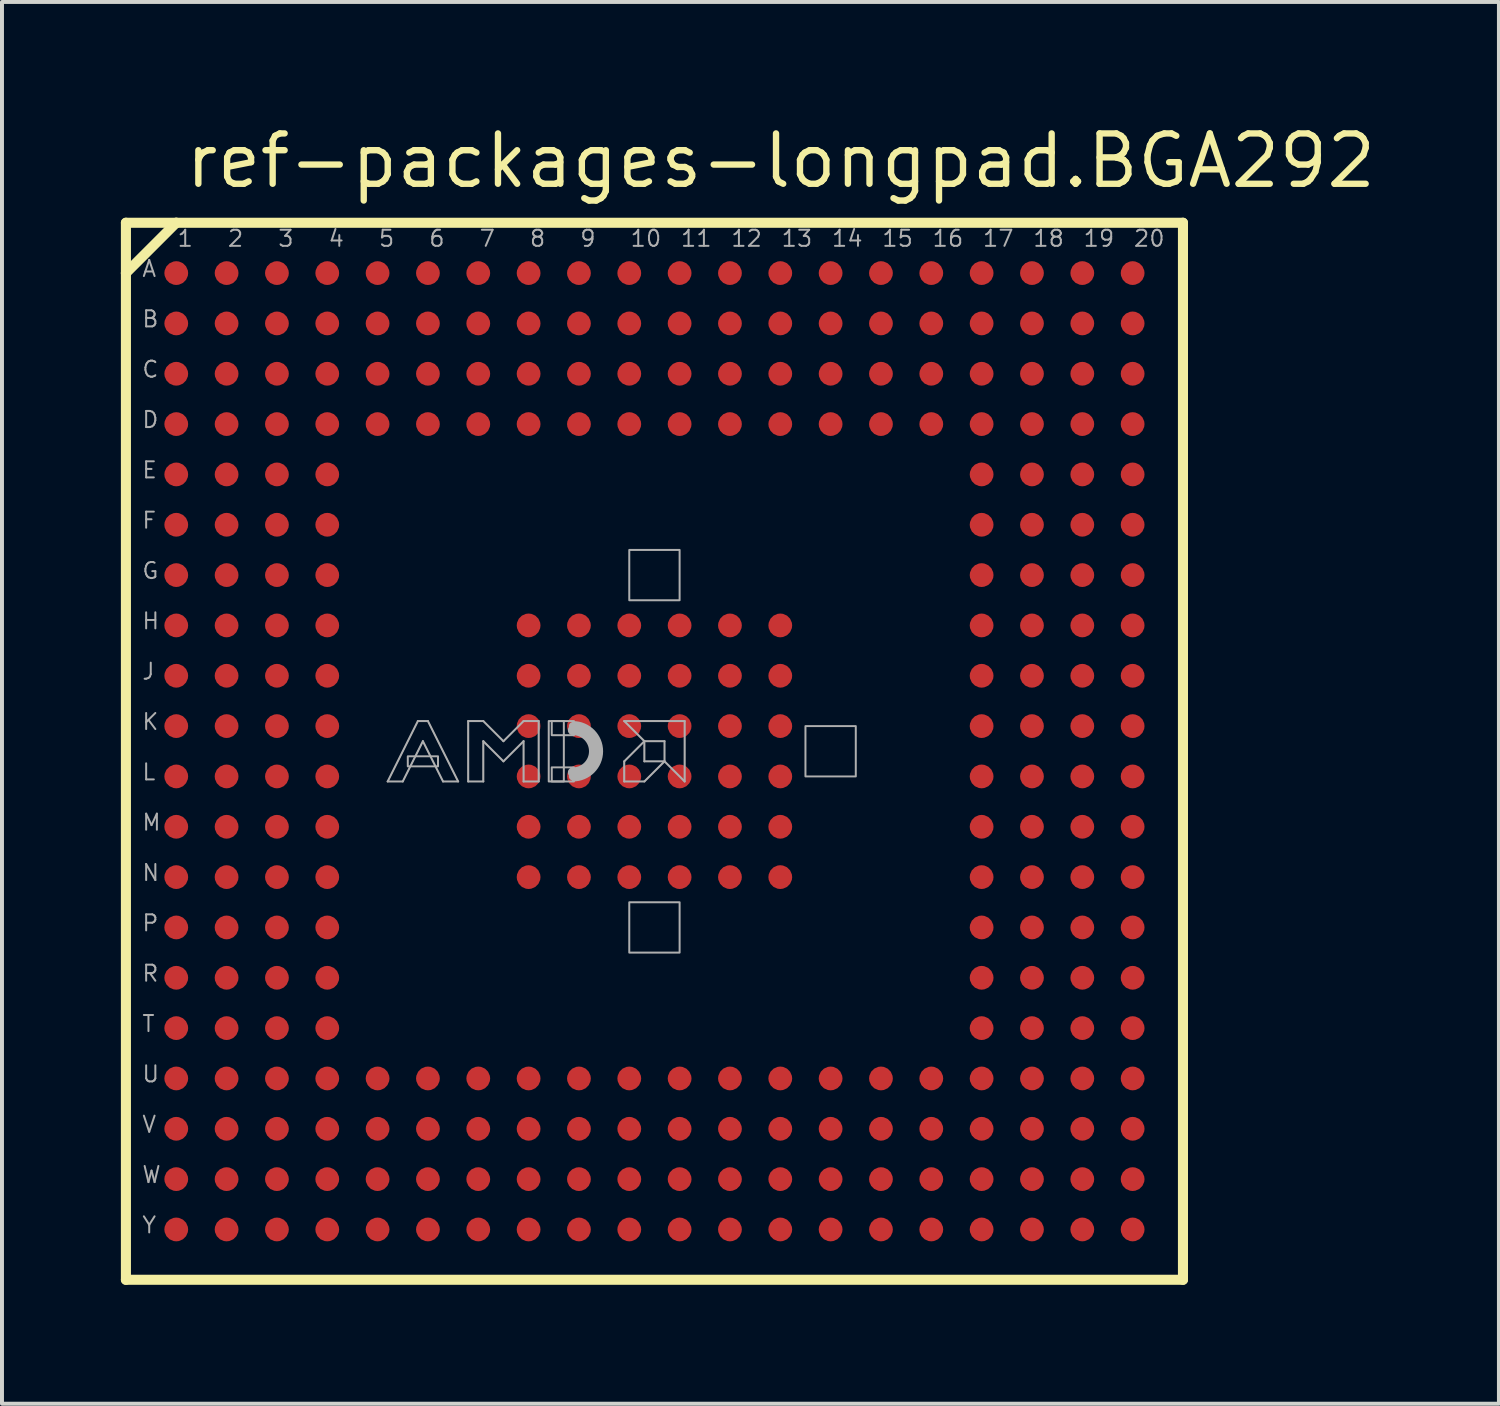
<source format=kicad_pcb>
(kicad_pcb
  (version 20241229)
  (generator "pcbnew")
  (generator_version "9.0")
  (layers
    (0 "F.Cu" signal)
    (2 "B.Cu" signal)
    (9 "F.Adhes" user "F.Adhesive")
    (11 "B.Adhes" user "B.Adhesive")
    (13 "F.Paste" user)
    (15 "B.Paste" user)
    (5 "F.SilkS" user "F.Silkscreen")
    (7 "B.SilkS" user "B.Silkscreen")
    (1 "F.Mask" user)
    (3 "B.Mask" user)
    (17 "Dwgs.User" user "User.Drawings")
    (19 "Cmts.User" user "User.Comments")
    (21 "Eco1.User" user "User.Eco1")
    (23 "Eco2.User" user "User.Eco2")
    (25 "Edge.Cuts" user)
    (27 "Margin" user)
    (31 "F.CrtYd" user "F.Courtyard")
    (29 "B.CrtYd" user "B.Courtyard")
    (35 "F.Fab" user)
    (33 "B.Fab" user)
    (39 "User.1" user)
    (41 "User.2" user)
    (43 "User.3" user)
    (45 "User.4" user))
  (footprint "ref-packages-longpad.BGA292"
    (layer "F.Cu")
    (at 13.462 15.905)
    (property "Reference" "ref-packages-longpad.BGA292" (at -11.915 -14.155 0) (layer "F.SilkS") (effects (font (size 1.27 1.27) (thickness 0.16)) (justify left bottom)))
    (attr smd)
    (fp_line (start -13.335 -13.335) (end -12.065 -13.335) (stroke (width 0.254) (type default)) (layer "F.SilkS"))
    (fp_line (start -13.335 -12.065) (end -13.335 -13.335) (stroke (width 0.254) (type default)) (layer "F.SilkS"))
    (fp_line (start -13.335 13.335) (end -13.335 -12.065) (stroke (width 0.254) (type default)) (layer "F.SilkS"))
    (fp_line (start -12.065 -13.335) (end -13.335 -12.065) (stroke (width 0.254) (type default)) (layer "F.SilkS"))
    (fp_line (start -12.065 -13.335) (end 13.335 -13.335) (stroke (width 0.254) (type default)) (layer "F.SilkS"))
    (fp_line (start 13.335 -13.335) (end 13.335 13.335) (stroke (width 0.254) (type default)) (layer "F.SilkS"))
    (fp_line (start 13.335 13.335) (end -13.335 13.335) (stroke (width 0.254) (type default)) (layer "F.SilkS"))
    (fp_line (start -6.731 0.762) (end -5.969 -0.762) (stroke (width 0.051) (type default)) (layer "F.Fab"))
    (fp_line (start -6.35 0.762) (end -6.731 0.762) (stroke (width 0.051) (type default)) (layer "F.Fab"))
    (fp_line (start -5.969 -0.762) (end -5.715 -0.762) (stroke (width 0.051) (type default)) (layer "F.Fab"))
    (fp_line (start -5.842 -0.254) (end -6.35 0.762) (stroke (width 0.051) (type default)) (layer "F.Fab"))
    (fp_line (start -5.715 -0.762) (end -4.953 0.762) (stroke (width 0.051) (type default)) (layer "F.Fab"))
    (fp_line (start -5.334 0.762) (end -5.842 -0.254) (stroke (width 0.051) (type default)) (layer "F.Fab"))
    (fp_line (start -4.953 0.762) (end -5.334 0.762) (stroke (width 0.051) (type default)) (layer "F.Fab"))
    (fp_line (start -4.699 -0.762) (end -4.318 -0.762) (stroke (width 0.051) (type default)) (layer "F.Fab"))
    (fp_line (start -4.699 0.762) (end -4.699 -0.762) (stroke (width 0.051) (type default)) (layer "F.Fab"))
    (fp_line (start -4.318 -0.762) (end -3.81 -0.254) (stroke (width 0.051) (type default)) (layer "F.Fab"))
    (fp_line (start -4.318 -0.254) (end -4.318 0.762) (stroke (width 0.051) (type default)) (layer "F.Fab"))
    (fp_line (start -4.318 0.762) (end -4.699 0.762) (stroke (width 0.051) (type default)) (layer "F.Fab"))
    (fp_line (start -3.81 -0.254) (end -3.302 -0.762) (stroke (width 0.051) (type default)) (layer "F.Fab"))
    (fp_line (start -3.81 0.254) (end -4.318 -0.254) (stroke (width 0.051) (type default)) (layer "F.Fab"))
    (fp_line (start -3.302 -0.762) (end -2.921 -0.762) (stroke (width 0.051) (type default)) (layer "F.Fab"))
    (fp_line (start -3.302 -0.254) (end -3.81 0.254) (stroke (width 0.051) (type default)) (layer "F.Fab"))
    (fp_line (start -3.302 0.762) (end -3.302 -0.254) (stroke (width 0.051) (type default)) (layer "F.Fab"))
    (fp_line (start -2.921 -0.762) (end -2.921 0.762) (stroke (width 0.051) (type default)) (layer "F.Fab"))
    (fp_line (start -2.921 0.762) (end -3.302 0.762) (stroke (width 0.051) (type default)) (layer "F.Fab"))
    (fp_line (start -0.762 -0.762) (end 0.762 -0.762) (stroke (width 0.051) (type default)) (layer "F.Fab"))
    (fp_line (start -0.762 0.254) (end -0.762 0.762) (stroke (width 0.051) (type default)) (layer "F.Fab"))
    (fp_line (start -0.762 0.762) (end -0.254 0.762) (stroke (width 0.051) (type default)) (layer "F.Fab"))
    (fp_line (start -0.254 -0.254) (end -0.762 -0.762) (stroke (width 0.051) (type default)) (layer "F.Fab"))
    (fp_line (start -0.254 -0.254) (end -0.762 0.254) (stroke (width 0.051) (type default)) (layer "F.Fab"))
    (fp_line (start -0.254 0.254) (end -0.254 -0.254) (stroke (width 0.051) (type default)) (layer "F.Fab"))
    (fp_line (start -0.254 0.762) (end 0.254 0.254) (stroke (width 0.051) (type default)) (layer "F.Fab"))
    (fp_line (start 0.254 -0.254) (end -0.254 -0.254) (stroke (width 0.051) (type default)) (layer "F.Fab"))
    (fp_line (start 0.254 0.254) (end -0.254 0.254) (stroke (width 0.051) (type default)) (layer "F.Fab"))
    (fp_line (start 0.254 0.254) (end 0.254 -0.254) (stroke (width 0.051) (type default)) (layer "F.Fab"))
    (fp_line (start 0.762 -0.762) (end 0.762 0.762) (stroke (width 0.051) (type default)) (layer "F.Fab"))
    (fp_line (start 0.762 0.762) (end 0.254 0.254) (stroke (width 0.051) (type default)) (layer "F.Fab"))
    (fp_rect (start -6.223 0.381) (end -5.461 0.127) (stroke (width 0.05) (type default)) (fill no) (layer "F.Fab"))
    (fp_rect (start -2.667 0.762) (end -2.286 -0.762) (stroke (width 0.05) (type default)) (fill no) (layer "F.Fab"))
    (fp_rect (start -2.591 -0.406) (end -2.032 -0.762) (stroke (width 0.05) (type default)) (fill no) (layer "F.Fab"))
    (fp_rect (start -2.591 0.762) (end -2.032 0.406) (stroke (width 0.05) (type default)) (fill no) (layer "F.Fab"))
    (fp_rect (start -0.635 -3.81) (end 0.635 -5.08) (stroke (width 0.05) (type default)) (fill no) (layer "F.Fab"))
    (fp_rect (start -0.635 5.08) (end 0.635 3.81) (stroke (width 0.05) (type default)) (fill no) (layer "F.Fab"))
    (fp_rect (start 3.81 0.635) (end 5.08 -0.635) (stroke (width 0.05) (type default)) (fill no) (layer "F.Fab"))
    (fp_arc (start -2.0574 -0.7366) (mid -1.3208 0) (end -2.0574 0.7366) (stroke (width 0.0508) (type default)) (layer "F.Fab"))
    (fp_arc (start -2.0574 -0.635) (mid -1.4224 0) (end -2.0574 0.635) (stroke (width 0.2032) (type default)) (layer "F.Fab"))
    (fp_arc (start -2.0574 -0.5334) (mid -1.524 0) (end -2.0574 0.5334) (stroke (width 0.254) (type default)) (layer "F.Fab"))
    (fp_poly (pts (xy -0.762 -0.762) (xy 0.762 -0.762) (xy 0.762 0.762) (xy 0.254 0.254) (xy 0.254 -0.254) (xy -0.254 -0.254)) (stroke (width 0.025) (type default)) (fill no) (layer "F.Fab"))
    (fp_poly (pts (xy -0.254 -0.254) (xy -0.762 0.254) (xy -0.762 0.762) (xy -0.254 0.762) (xy 0.254 0.254) (xy -0.254 0.254)) (stroke (width 0.025) (type default)) (fill no) (layer "F.Fab"))
    (fp_poly (pts (xy -6.731 0.762) (xy -5.969 -0.762) (xy -5.715 -0.762) (xy -4.953 0.762) (xy -5.334 0.762) (xy -5.842 -0.254) (xy -6.35 0.762)) (stroke (width 0.025) (type default)) (fill no) (layer "F.Fab"))
    (fp_poly (pts (xy -4.699 0.762) (xy -4.699 -0.762) (xy -4.318 -0.762) (xy -3.81 -0.254) (xy -3.302 -0.762) (xy -2.921 -0.762) (xy -2.921 0.762) (xy -3.302 0.762) (xy -3.302 -0.254) (xy -3.81 0.254) (xy -4.318 -0.254) (xy -4.318 0.762)) (stroke (width 0.025) (type default)) (fill no) (layer "F.Fab"))
    (fp_text user "3" (at -9.525 -12.7 0) (layer "F.Fab") (effects (font (size 0.406 0.406) (thickness 0.05)) (justify left bottom)))
    (fp_text user "1" (at -12.065 -12.7 0) (layer "F.Fab") (effects (font (size 0.406 0.406) (thickness 0.05)) (justify left bottom)))
    (fp_text user "Y" (at -12.954 12.192 0) (layer "F.Fab") (effects (font (size 0.406 0.406) (thickness 0.05)) (justify left bottom)))
    (fp_text user "H" (at -12.954 -3.048 0) (layer "F.Fab") (effects (font (size 0.406 0.406) (thickness 0.05)) (justify left bottom)))
    (fp_text user "7" (at -4.445 -12.7 0) (layer "F.Fab") (effects (font (size 0.406 0.406) (thickness 0.05)) (justify left bottom)))
    (fp_text user "J" (at -12.954 -1.778 0) (layer "F.Fab") (effects (font (size 0.406 0.406) (thickness 0.05)) (justify left bottom)))
    (fp_text user "L" (at -12.954 0.762 0) (layer "F.Fab") (effects (font (size 0.406 0.406) (thickness 0.05)) (justify left bottom)))
    (fp_text user "A" (at -12.954 -11.938 0) (layer "F.Fab") (effects (font (size 0.406 0.406) (thickness 0.05)) (justify left bottom)))
    (fp_text user "G" (at -12.954 -4.318 0) (layer "F.Fab") (effects (font (size 0.406 0.406) (thickness 0.05)) (justify left bottom)))
    (fp_text user "10" (at -0.635 -12.7 0) (layer "F.Fab") (effects (font (size 0.406 0.406) (thickness 0.05)) (justify left bottom)))
    (fp_text user "2" (at -10.795 -12.7 0) (layer "F.Fab") (effects (font (size 0.406 0.406) (thickness 0.05)) (justify left bottom)))
    (fp_text user "9" (at -1.905 -12.7 0) (layer "F.Fab") (effects (font (size 0.406 0.406) (thickness 0.05)) (justify left bottom)))
    (fp_text user "13" (at 3.175 -12.7 0) (layer "F.Fab") (effects (font (size 0.406 0.406) (thickness 0.05)) (justify left bottom)))
    (fp_text user "16" (at 6.985 -12.7 0) (layer "F.Fab") (effects (font (size 0.406 0.406) (thickness 0.05)) (justify left bottom)))
    (fp_text user "K" (at -12.954 -0.508 0) (layer "F.Fab") (effects (font (size 0.406 0.406) (thickness 0.05)) (justify left bottom)))
    (fp_text user "19" (at 10.795 -12.7 0) (layer "F.Fab") (effects (font (size 0.406 0.406) (thickness 0.05)) (justify left bottom)))
    (fp_text user "8" (at -3.175 -12.7 0) (layer "F.Fab") (effects (font (size 0.406 0.406) (thickness 0.05)) (justify left bottom)))
    (fp_text user "U" (at -12.954 8.382 0) (layer "F.Fab") (effects (font (size 0.406 0.406) (thickness 0.05)) (justify left bottom)))
    (fp_text user "M" (at -12.954 2.032 0) (layer "F.Fab") (effects (font (size 0.406 0.406) (thickness 0.05)) (justify left bottom)))
    (fp_text user "N" (at -12.954 3.302 0) (layer "F.Fab") (effects (font (size 0.406 0.406) (thickness 0.05)) (justify left bottom)))
    (fp_text user "5" (at -6.985 -12.7 0) (layer "F.Fab") (effects (font (size 0.406 0.406) (thickness 0.05)) (justify left bottom)))
    (fp_text user "12" (at 1.905 -12.7 0) (layer "F.Fab") (effects (font (size 0.406 0.406) (thickness 0.05)) (justify left bottom)))
    (fp_text user "F" (at -12.954 -5.588 0) (layer "F.Fab") (effects (font (size 0.406 0.406) (thickness 0.05)) (justify left bottom)))
    (fp_text user "W" (at -12.954 10.922 0) (layer "F.Fab") (effects (font (size 0.406 0.406) (thickness 0.05)) (justify left bottom)))
    (fp_text user "P" (at -12.954 4.572 0) (layer "F.Fab") (effects (font (size 0.406 0.406) (thickness 0.05)) (justify left bottom)))
    (fp_text user "17" (at 8.255 -12.7 0) (layer "F.Fab") (effects (font (size 0.406 0.406) (thickness 0.05)) (justify left bottom)))
    (fp_text user "V" (at -12.954 9.652 0) (layer "F.Fab") (effects (font (size 0.406 0.406) (thickness 0.05)) (justify left bottom)))
    (fp_text user "B" (at -12.954 -10.668 0) (layer "F.Fab") (effects (font (size 0.406 0.406) (thickness 0.05)) (justify left bottom)))
    (fp_text user "C" (at -12.954 -9.398 0) (layer "F.Fab") (effects (font (size 0.406 0.406) (thickness 0.05)) (justify left bottom)))
    (fp_text user "T" (at -12.954 7.112 0) (layer "F.Fab") (effects (font (size 0.406 0.406) (thickness 0.05)) (justify left bottom)))
    (fp_text user "20" (at 12.065 -12.7 0) (layer "F.Fab") (effects (font (size 0.406 0.406) (thickness 0.05)) (justify left bottom)))
    (fp_text user "D" (at -12.954 -8.128 0) (layer "F.Fab") (effects (font (size 0.406 0.406) (thickness 0.05)) (justify left bottom)))
    (fp_text user "6" (at -5.715 -12.7 0) (layer "F.Fab") (effects (font (size 0.406 0.406) (thickness 0.05)) (justify left bottom)))
    (fp_text user "11" (at 0.635 -12.7 0) (layer "F.Fab") (effects (font (size 0.406 0.406) (thickness 0.05)) (justify left bottom)))
    (fp_text user "15" (at 5.715 -12.7 0) (layer "F.Fab") (effects (font (size 0.406 0.406) (thickness 0.05)) (justify left bottom)))
    (fp_text user "14" (at 4.445 -12.7 0) (layer "F.Fab") (effects (font (size 0.406 0.406) (thickness 0.05)) (justify left bottom)))
    (fp_text user "R" (at -12.954 5.842 0) (layer "F.Fab") (effects (font (size 0.406 0.406) (thickness 0.05)) (justify left bottom)))
    (fp_text user "4" (at -8.255 -12.7 0) (layer "F.Fab") (effects (font (size 0.406 0.406) (thickness 0.05)) (justify left bottom)))
    (fp_text user "E" (at -12.954 -6.858 0) (layer "F.Fab") (effects (font (size 0.406 0.406) (thickness 0.05)) (justify left bottom)))
    (fp_text user "18" (at 9.525 -12.7 0) (layer "F.Fab") (effects (font (size 0.406 0.406) (thickness 0.05)) (justify left bottom)))
    (pad "A01" smd roundrect (at -12.065 -12.065) (size 0.6 0.6) (layers "F.Cu" "F.Mask" "F.Paste") (roundrect_rratio 0.5))
    (pad "A02" smd roundrect (at -10.795 -12.065) (size 0.6 0.6) (layers "F.Cu" "F.Mask" "F.Paste") (roundrect_rratio 0.5))
    (pad "A03" smd roundrect (at -9.525 -12.065) (size 0.6 0.6) (layers "F.Cu" "F.Mask" "F.Paste") (roundrect_rratio 0.5))
    (pad "A04" smd roundrect (at -8.255 -12.065) (size 0.6 0.6) (layers "F.Cu" "F.Mask" "F.Paste") (roundrect_rratio 0.5))
    (pad "A05" smd roundrect (at -6.985 -12.065) (size 0.6 0.6) (layers "F.Cu" "F.Mask" "F.Paste") (roundrect_rratio 0.5))
    (pad "A06" smd roundrect (at -5.715 -12.065) (size 0.6 0.6) (layers "F.Cu" "F.Mask" "F.Paste") (roundrect_rratio 0.5))
    (pad "A07" smd roundrect (at -4.445 -12.065) (size 0.6 0.6) (layers "F.Cu" "F.Mask" "F.Paste") (roundrect_rratio 0.5))
    (pad "A08" smd roundrect (at -3.175 -12.065) (size 0.6 0.6) (layers "F.Cu" "F.Mask" "F.Paste") (roundrect_rratio 0.5))
    (pad "A09" smd roundrect (at -1.905 -12.065) (size 0.6 0.6) (layers "F.Cu" "F.Mask" "F.Paste") (roundrect_rratio 0.5))
    (pad "A10" smd roundrect (at -0.635 -12.065) (size 0.6 0.6) (layers "F.Cu" "F.Mask" "F.Paste") (roundrect_rratio 0.5))
    (pad "A11" smd roundrect (at 0.635 -12.065) (size 0.6 0.6) (layers "F.Cu" "F.Mask" "F.Paste") (roundrect_rratio 0.5))
    (pad "A12" smd roundrect (at 1.905 -12.065) (size 0.6 0.6) (layers "F.Cu" "F.Mask" "F.Paste") (roundrect_rratio 0.5))
    (pad "A13" smd roundrect (at 3.175 -12.065) (size 0.6 0.6) (layers "F.Cu" "F.Mask" "F.Paste") (roundrect_rratio 0.5))
    (pad "A14" smd roundrect (at 4.445 -12.065) (size 0.6 0.6) (layers "F.Cu" "F.Mask" "F.Paste") (roundrect_rratio 0.5))
    (pad "A15" smd roundrect (at 5.715 -12.065) (size 0.6 0.6) (layers "F.Cu" "F.Mask" "F.Paste") (roundrect_rratio 0.5))
    (pad "A16" smd roundrect (at 6.985 -12.065) (size 0.6 0.6) (layers "F.Cu" "F.Mask" "F.Paste") (roundrect_rratio 0.5))
    (pad "A17" smd roundrect (at 8.255 -12.065) (size 0.6 0.6) (layers "F.Cu" "F.Mask" "F.Paste") (roundrect_rratio 0.5))
    (pad "A18" smd roundrect (at 9.525 -12.065) (size 0.6 0.6) (layers "F.Cu" "F.Mask" "F.Paste") (roundrect_rratio 0.5))
    (pad "A19" smd roundrect (at 10.795 -12.065) (size 0.6 0.6) (layers "F.Cu" "F.Mask" "F.Paste") (roundrect_rratio 0.5))
    (pad "A20" smd roundrect (at 12.065 -12.065) (size 0.6 0.6) (layers "F.Cu" "F.Mask" "F.Paste") (roundrect_rratio 0.5))
    (pad "B01" smd roundrect (at -12.065 -10.795) (size 0.6 0.6) (layers "F.Cu" "F.Mask" "F.Paste") (roundrect_rratio 0.5))
    (pad "B02" smd roundrect (at -10.795 -10.795) (size 0.6 0.6) (layers "F.Cu" "F.Mask" "F.Paste") (roundrect_rratio 0.5))
    (pad "B03" smd roundrect (at -9.525 -10.795) (size 0.6 0.6) (layers "F.Cu" "F.Mask" "F.Paste") (roundrect_rratio 0.5))
    (pad "B04" smd roundrect (at -8.255 -10.795) (size 0.6 0.6) (layers "F.Cu" "F.Mask" "F.Paste") (roundrect_rratio 0.5))
    (pad "B05" smd roundrect (at -6.985 -10.795) (size 0.6 0.6) (layers "F.Cu" "F.Mask" "F.Paste") (roundrect_rratio 0.5))
    (pad "B06" smd roundrect (at -5.715 -10.795) (size 0.6 0.6) (layers "F.Cu" "F.Mask" "F.Paste") (roundrect_rratio 0.5))
    (pad "B07" smd roundrect (at -4.445 -10.795) (size 0.6 0.6) (layers "F.Cu" "F.Mask" "F.Paste") (roundrect_rratio 0.5))
    (pad "B08" smd roundrect (at -3.175 -10.795) (size 0.6 0.6) (layers "F.Cu" "F.Mask" "F.Paste") (roundrect_rratio 0.5))
    (pad "B09" smd roundrect (at -1.905 -10.795) (size 0.6 0.6) (layers "F.Cu" "F.Mask" "F.Paste") (roundrect_rratio 0.5))
    (pad "B10" smd roundrect (at -0.635 -10.795) (size 0.6 0.6) (layers "F.Cu" "F.Mask" "F.Paste") (roundrect_rratio 0.5))
    (pad "B11" smd roundrect (at 0.635 -10.795) (size 0.6 0.6) (layers "F.Cu" "F.Mask" "F.Paste") (roundrect_rratio 0.5))
    (pad "B12" smd roundrect (at 1.905 -10.795) (size 0.6 0.6) (layers "F.Cu" "F.Mask" "F.Paste") (roundrect_rratio 0.5))
    (pad "B13" smd roundrect (at 3.175 -10.795) (size 0.6 0.6) (layers "F.Cu" "F.Mask" "F.Paste") (roundrect_rratio 0.5))
    (pad "B14" smd roundrect (at 4.445 -10.795) (size 0.6 0.6) (layers "F.Cu" "F.Mask" "F.Paste") (roundrect_rratio 0.5))
    (pad "B15" smd roundrect (at 5.715 -10.795) (size 0.6 0.6) (layers "F.Cu" "F.Mask" "F.Paste") (roundrect_rratio 0.5))
    (pad "B16" smd roundrect (at 6.985 -10.795) (size 0.6 0.6) (layers "F.Cu" "F.Mask" "F.Paste") (roundrect_rratio 0.5))
    (pad "B17" smd roundrect (at 8.255 -10.795) (size 0.6 0.6) (layers "F.Cu" "F.Mask" "F.Paste") (roundrect_rratio 0.5))
    (pad "B18" smd roundrect (at 9.525 -10.795) (size 0.6 0.6) (layers "F.Cu" "F.Mask" "F.Paste") (roundrect_rratio 0.5))
    (pad "B19" smd roundrect (at 10.795 -10.795) (size 0.6 0.6) (layers "F.Cu" "F.Mask" "F.Paste") (roundrect_rratio 0.5))
    (pad "B20" smd roundrect (at 12.065 -10.795) (size 0.6 0.6) (layers "F.Cu" "F.Mask" "F.Paste") (roundrect_rratio 0.5))
    (pad "C01" smd roundrect (at -12.065 -9.525) (size 0.6 0.6) (layers "F.Cu" "F.Mask" "F.Paste") (roundrect_rratio 0.5))
    (pad "C02" smd roundrect (at -10.795 -9.525) (size 0.6 0.6) (layers "F.Cu" "F.Mask" "F.Paste") (roundrect_rratio 0.5))
    (pad "C03" smd roundrect (at -9.525 -9.525) (size 0.6 0.6) (layers "F.Cu" "F.Mask" "F.Paste") (roundrect_rratio 0.5))
    (pad "C04" smd roundrect (at -8.255 -9.525) (size 0.6 0.6) (layers "F.Cu" "F.Mask" "F.Paste") (roundrect_rratio 0.5))
    (pad "C05" smd roundrect (at -6.985 -9.525) (size 0.6 0.6) (layers "F.Cu" "F.Mask" "F.Paste") (roundrect_rratio 0.5))
    (pad "C06" smd roundrect (at -5.715 -9.525) (size 0.6 0.6) (layers "F.Cu" "F.Mask" "F.Paste") (roundrect_rratio 0.5))
    (pad "C07" smd roundrect (at -4.445 -9.525) (size 0.6 0.6) (layers "F.Cu" "F.Mask" "F.Paste") (roundrect_rratio 0.5))
    (pad "C08" smd roundrect (at -3.175 -9.525) (size 0.6 0.6) (layers "F.Cu" "F.Mask" "F.Paste") (roundrect_rratio 0.5))
    (pad "C09" smd roundrect (at -1.905 -9.525) (size 0.6 0.6) (layers "F.Cu" "F.Mask" "F.Paste") (roundrect_rratio 0.5))
    (pad "C10" smd roundrect (at -0.635 -9.525) (size 0.6 0.6) (layers "F.Cu" "F.Mask" "F.Paste") (roundrect_rratio 0.5))
    (pad "C11" smd roundrect (at 0.635 -9.525) (size 0.6 0.6) (layers "F.Cu" "F.Mask" "F.Paste") (roundrect_rratio 0.5))
    (pad "C12" smd roundrect (at 1.905 -9.525) (size 0.6 0.6) (layers "F.Cu" "F.Mask" "F.Paste") (roundrect_rratio 0.5))
    (pad "C13" smd roundrect (at 3.175 -9.525) (size 0.6 0.6) (layers "F.Cu" "F.Mask" "F.Paste") (roundrect_rratio 0.5))
    (pad "C14" smd roundrect (at 4.445 -9.525) (size 0.6 0.6) (layers "F.Cu" "F.Mask" "F.Paste") (roundrect_rratio 0.5))
    (pad "C15" smd roundrect (at 5.715 -9.525) (size 0.6 0.6) (layers "F.Cu" "F.Mask" "F.Paste") (roundrect_rratio 0.5))
    (pad "C16" smd roundrect (at 6.985 -9.525) (size 0.6 0.6) (layers "F.Cu" "F.Mask" "F.Paste") (roundrect_rratio 0.5))
    (pad "C17" smd roundrect (at 8.255 -9.525) (size 0.6 0.6) (layers "F.Cu" "F.Mask" "F.Paste") (roundrect_rratio 0.5))
    (pad "C18" smd roundrect (at 9.525 -9.525) (size 0.6 0.6) (layers "F.Cu" "F.Mask" "F.Paste") (roundrect_rratio 0.5))
    (pad "C19" smd roundrect (at 10.795 -9.525) (size 0.6 0.6) (layers "F.Cu" "F.Mask" "F.Paste") (roundrect_rratio 0.5))
    (pad "C20" smd roundrect (at 12.065 -9.525) (size 0.6 0.6) (layers "F.Cu" "F.Mask" "F.Paste") (roundrect_rratio 0.5))
    (pad "D01" smd roundrect (at -12.065 -8.255) (size 0.6 0.6) (layers "F.Cu" "F.Mask" "F.Paste") (roundrect_rratio 0.5))
    (pad "D02" smd roundrect (at -10.795 -8.255) (size 0.6 0.6) (layers "F.Cu" "F.Mask" "F.Paste") (roundrect_rratio 0.5))
    (pad "D03" smd roundrect (at -9.525 -8.255) (size 0.6 0.6) (layers "F.Cu" "F.Mask" "F.Paste") (roundrect_rratio 0.5))
    (pad "D04" smd roundrect (at -8.255 -8.255) (size 0.6 0.6) (layers "F.Cu" "F.Mask" "F.Paste") (roundrect_rratio 0.5))
    (pad "D05" smd roundrect (at -6.985 -8.255) (size 0.6 0.6) (layers "F.Cu" "F.Mask" "F.Paste") (roundrect_rratio 0.5))
    (pad "D06" smd roundrect (at -5.715 -8.255) (size 0.6 0.6) (layers "F.Cu" "F.Mask" "F.Paste") (roundrect_rratio 0.5))
    (pad "D07" smd roundrect (at -4.445 -8.255) (size 0.6 0.6) (layers "F.Cu" "F.Mask" "F.Paste") (roundrect_rratio 0.5))
    (pad "D08" smd roundrect (at -3.175 -8.255) (size 0.6 0.6) (layers "F.Cu" "F.Mask" "F.Paste") (roundrect_rratio 0.5))
    (pad "D09" smd roundrect (at -1.905 -8.255) (size 0.6 0.6) (layers "F.Cu" "F.Mask" "F.Paste") (roundrect_rratio 0.5))
    (pad "D10" smd roundrect (at -0.635 -8.255) (size 0.6 0.6) (layers "F.Cu" "F.Mask" "F.Paste") (roundrect_rratio 0.5))
    (pad "D11" smd roundrect (at 0.635 -8.255) (size 0.6 0.6) (layers "F.Cu" "F.Mask" "F.Paste") (roundrect_rratio 0.5))
    (pad "D12" smd roundrect (at 1.905 -8.255) (size 0.6 0.6) (layers "F.Cu" "F.Mask" "F.Paste") (roundrect_rratio 0.5))
    (pad "D13" smd roundrect (at 3.175 -8.255) (size 0.6 0.6) (layers "F.Cu" "F.Mask" "F.Paste") (roundrect_rratio 0.5))
    (pad "D14" smd roundrect (at 4.445 -8.255) (size 0.6 0.6) (layers "F.Cu" "F.Mask" "F.Paste") (roundrect_rratio 0.5))
    (pad "D15" smd roundrect (at 5.715 -8.255) (size 0.6 0.6) (layers "F.Cu" "F.Mask" "F.Paste") (roundrect_rratio 0.5))
    (pad "D16" smd roundrect (at 6.985 -8.255) (size 0.6 0.6) (layers "F.Cu" "F.Mask" "F.Paste") (roundrect_rratio 0.5))
    (pad "D17" smd roundrect (at 8.255 -8.255) (size 0.6 0.6) (layers "F.Cu" "F.Mask" "F.Paste") (roundrect_rratio 0.5))
    (pad "D18" smd roundrect (at 9.525 -8.255) (size 0.6 0.6) (layers "F.Cu" "F.Mask" "F.Paste") (roundrect_rratio 0.5))
    (pad "D19" smd roundrect (at 10.795 -8.255) (size 0.6 0.6) (layers "F.Cu" "F.Mask" "F.Paste") (roundrect_rratio 0.5))
    (pad "D20" smd roundrect (at 12.065 -8.255) (size 0.6 0.6) (layers "F.Cu" "F.Mask" "F.Paste") (roundrect_rratio 0.5))
    (pad "E01" smd roundrect (at -12.065 -6.985) (size 0.6 0.6) (layers "F.Cu" "F.Mask" "F.Paste") (roundrect_rratio 0.5))
    (pad "E02" smd roundrect (at -10.795 -6.985) (size 0.6 0.6) (layers "F.Cu" "F.Mask" "F.Paste") (roundrect_rratio 0.5))
    (pad "E03" smd roundrect (at -9.525 -6.985) (size 0.6 0.6) (layers "F.Cu" "F.Mask" "F.Paste") (roundrect_rratio 0.5))
    (pad "E04" smd roundrect (at -8.255 -6.985) (size 0.6 0.6) (layers "F.Cu" "F.Mask" "F.Paste") (roundrect_rratio 0.5))
    (pad "E17" smd roundrect (at 8.255 -6.985) (size 0.6 0.6) (layers "F.Cu" "F.Mask" "F.Paste") (roundrect_rratio 0.5))
    (pad "E18" smd roundrect (at 9.525 -6.985) (size 0.6 0.6) (layers "F.Cu" "F.Mask" "F.Paste") (roundrect_rratio 0.5))
    (pad "E19" smd roundrect (at 10.795 -6.985) (size 0.6 0.6) (layers "F.Cu" "F.Mask" "F.Paste") (roundrect_rratio 0.5))
    (pad "E20" smd roundrect (at 12.065 -6.985) (size 0.6 0.6) (layers "F.Cu" "F.Mask" "F.Paste") (roundrect_rratio 0.5))
    (pad "F01" smd roundrect (at -12.065 -5.715) (size 0.6 0.6) (layers "F.Cu" "F.Mask" "F.Paste") (roundrect_rratio 0.5))
    (pad "F02" smd roundrect (at -10.795 -5.715) (size 0.6 0.6) (layers "F.Cu" "F.Mask" "F.Paste") (roundrect_rratio 0.5))
    (pad "F03" smd roundrect (at -9.525 -5.715) (size 0.6 0.6) (layers "F.Cu" "F.Mask" "F.Paste") (roundrect_rratio 0.5))
    (pad "F04" smd roundrect (at -8.255 -5.715) (size 0.6 0.6) (layers "F.Cu" "F.Mask" "F.Paste") (roundrect_rratio 0.5))
    (pad "F17" smd roundrect (at 8.255 -5.715) (size 0.6 0.6) (layers "F.Cu" "F.Mask" "F.Paste") (roundrect_rratio 0.5))
    (pad "F18" smd roundrect (at 9.525 -5.715) (size 0.6 0.6) (layers "F.Cu" "F.Mask" "F.Paste") (roundrect_rratio 0.5))
    (pad "F19" smd roundrect (at 10.795 -5.715) (size 0.6 0.6) (layers "F.Cu" "F.Mask" "F.Paste") (roundrect_rratio 0.5))
    (pad "F20" smd roundrect (at 12.065 -5.715) (size 0.6 0.6) (layers "F.Cu" "F.Mask" "F.Paste") (roundrect_rratio 0.5))
    (pad "G01" smd roundrect (at -12.065 -4.445) (size 0.6 0.6) (layers "F.Cu" "F.Mask" "F.Paste") (roundrect_rratio 0.5))
    (pad "G02" smd roundrect (at -10.795 -4.445) (size 0.6 0.6) (layers "F.Cu" "F.Mask" "F.Paste") (roundrect_rratio 0.5))
    (pad "G03" smd roundrect (at -9.525 -4.445) (size 0.6 0.6) (layers "F.Cu" "F.Mask" "F.Paste") (roundrect_rratio 0.5))
    (pad "G04" smd roundrect (at -8.255 -4.445) (size 0.6 0.6) (layers "F.Cu" "F.Mask" "F.Paste") (roundrect_rratio 0.5))
    (pad "G17" smd roundrect (at 8.255 -4.445) (size 0.6 0.6) (layers "F.Cu" "F.Mask" "F.Paste") (roundrect_rratio 0.5))
    (pad "G18" smd roundrect (at 9.525 -4.445) (size 0.6 0.6) (layers "F.Cu" "F.Mask" "F.Paste") (roundrect_rratio 0.5))
    (pad "G19" smd roundrect (at 10.795 -4.445) (size 0.6 0.6) (layers "F.Cu" "F.Mask" "F.Paste") (roundrect_rratio 0.5))
    (pad "G20" smd roundrect (at 12.065 -4.445) (size 0.6 0.6) (layers "F.Cu" "F.Mask" "F.Paste") (roundrect_rratio 0.5))
    (pad "H01" smd roundrect (at -12.065 -3.175) (size 0.6 0.6) (layers "F.Cu" "F.Mask" "F.Paste") (roundrect_rratio 0.5))
    (pad "H02" smd roundrect (at -10.795 -3.175) (size 0.6 0.6) (layers "F.Cu" "F.Mask" "F.Paste") (roundrect_rratio 0.5))
    (pad "H03" smd roundrect (at -9.525 -3.175) (size 0.6 0.6) (layers "F.Cu" "F.Mask" "F.Paste") (roundrect_rratio 0.5))
    (pad "H04" smd roundrect (at -8.255 -3.175) (size 0.6 0.6) (layers "F.Cu" "F.Mask" "F.Paste") (roundrect_rratio 0.5))
    (pad "H08" smd roundrect (at -3.175 -3.175) (size 0.6 0.6) (layers "F.Cu" "F.Mask" "F.Paste") (roundrect_rratio 0.5))
    (pad "H09" smd roundrect (at -1.905 -3.175) (size 0.6 0.6) (layers "F.Cu" "F.Mask" "F.Paste") (roundrect_rratio 0.5))
    (pad "H10" smd roundrect (at -0.635 -3.175) (size 0.6 0.6) (layers "F.Cu" "F.Mask" "F.Paste") (roundrect_rratio 0.5))
    (pad "H11" smd roundrect (at 0.635 -3.175) (size 0.6 0.6) (layers "F.Cu" "F.Mask" "F.Paste") (roundrect_rratio 0.5))
    (pad "H12" smd roundrect (at 1.905 -3.175) (size 0.6 0.6) (layers "F.Cu" "F.Mask" "F.Paste") (roundrect_rratio 0.5))
    (pad "H13" smd roundrect (at 3.175 -3.175) (size 0.6 0.6) (layers "F.Cu" "F.Mask" "F.Paste") (roundrect_rratio 0.5))
    (pad "H17" smd roundrect (at 8.255 -3.175) (size 0.6 0.6) (layers "F.Cu" "F.Mask" "F.Paste") (roundrect_rratio 0.5))
    (pad "H18" smd roundrect (at 9.525 -3.175) (size 0.6 0.6) (layers "F.Cu" "F.Mask" "F.Paste") (roundrect_rratio 0.5))
    (pad "H19" smd roundrect (at 10.795 -3.175) (size 0.6 0.6) (layers "F.Cu" "F.Mask" "F.Paste") (roundrect_rratio 0.5))
    (pad "H20" smd roundrect (at 12.065 -3.175) (size 0.6 0.6) (layers "F.Cu" "F.Mask" "F.Paste") (roundrect_rratio 0.5))
    (pad "J01" smd roundrect (at -12.065 -1.905) (size 0.6 0.6) (layers "F.Cu" "F.Mask" "F.Paste") (roundrect_rratio 0.5))
    (pad "J02" smd roundrect (at -10.795 -1.905) (size 0.6 0.6) (layers "F.Cu" "F.Mask" "F.Paste") (roundrect_rratio 0.5))
    (pad "J03" smd roundrect (at -9.525 -1.905) (size 0.6 0.6) (layers "F.Cu" "F.Mask" "F.Paste") (roundrect_rratio 0.5))
    (pad "J04" smd roundrect (at -8.255 -1.905) (size 0.6 0.6) (layers "F.Cu" "F.Mask" "F.Paste") (roundrect_rratio 0.5))
    (pad "J08" smd roundrect (at -3.175 -1.905) (size 0.6 0.6) (layers "F.Cu" "F.Mask" "F.Paste") (roundrect_rratio 0.5))
    (pad "J09" smd roundrect (at -1.905 -1.905) (size 0.6 0.6) (layers "F.Cu" "F.Mask" "F.Paste") (roundrect_rratio 0.5))
    (pad "J10" smd roundrect (at -0.635 -1.905) (size 0.6 0.6) (layers "F.Cu" "F.Mask" "F.Paste") (roundrect_rratio 0.5))
    (pad "J11" smd roundrect (at 0.635 -1.905) (size 0.6 0.6) (layers "F.Cu" "F.Mask" "F.Paste") (roundrect_rratio 0.5))
    (pad "J12" smd roundrect (at 1.905 -1.905) (size 0.6 0.6) (layers "F.Cu" "F.Mask" "F.Paste") (roundrect_rratio 0.5))
    (pad "J13" smd roundrect (at 3.175 -1.905) (size 0.6 0.6) (layers "F.Cu" "F.Mask" "F.Paste") (roundrect_rratio 0.5))
    (pad "J17" smd roundrect (at 8.255 -1.905) (size 0.6 0.6) (layers "F.Cu" "F.Mask" "F.Paste") (roundrect_rratio 0.5))
    (pad "J18" smd roundrect (at 9.525 -1.905) (size 0.6 0.6) (layers "F.Cu" "F.Mask" "F.Paste") (roundrect_rratio 0.5))
    (pad "J19" smd roundrect (at 10.795 -1.905) (size 0.6 0.6) (layers "F.Cu" "F.Mask" "F.Paste") (roundrect_rratio 0.5))
    (pad "J20" smd roundrect (at 12.065 -1.905) (size 0.6 0.6) (layers "F.Cu" "F.Mask" "F.Paste") (roundrect_rratio 0.5))
    (pad "K01" smd roundrect (at -12.065 -0.635) (size 0.6 0.6) (layers "F.Cu" "F.Mask" "F.Paste") (roundrect_rratio 0.5))
    (pad "K02" smd roundrect (at -10.795 -0.635) (size 0.6 0.6) (layers "F.Cu" "F.Mask" "F.Paste") (roundrect_rratio 0.5))
    (pad "K03" smd roundrect (at -9.525 -0.635) (size 0.6 0.6) (layers "F.Cu" "F.Mask" "F.Paste") (roundrect_rratio 0.5))
    (pad "K04" smd roundrect (at -8.255 -0.635) (size 0.6 0.6) (layers "F.Cu" "F.Mask" "F.Paste") (roundrect_rratio 0.5))
    (pad "K08" smd roundrect (at -3.175 -0.635) (size 0.6 0.6) (layers "F.Cu" "F.Mask" "F.Paste") (roundrect_rratio 0.5))
    (pad "K09" smd roundrect (at -1.905 -0.635) (size 0.6 0.6) (layers "F.Cu" "F.Mask" "F.Paste") (roundrect_rratio 0.5))
    (pad "K10" smd roundrect (at -0.635 -0.635) (size 0.6 0.6) (layers "F.Cu" "F.Mask" "F.Paste") (roundrect_rratio 0.5))
    (pad "K11" smd roundrect (at 0.635 -0.635) (size 0.6 0.6) (layers "F.Cu" "F.Mask" "F.Paste") (roundrect_rratio 0.5))
    (pad "K12" smd roundrect (at 1.905 -0.635) (size 0.6 0.6) (layers "F.Cu" "F.Mask" "F.Paste") (roundrect_rratio 0.5))
    (pad "K13" smd roundrect (at 3.175 -0.635) (size 0.6 0.6) (layers "F.Cu" "F.Mask" "F.Paste") (roundrect_rratio 0.5))
    (pad "K17" smd roundrect (at 8.255 -0.635) (size 0.6 0.6) (layers "F.Cu" "F.Mask" "F.Paste") (roundrect_rratio 0.5))
    (pad "K18" smd roundrect (at 9.525 -0.635) (size 0.6 0.6) (layers "F.Cu" "F.Mask" "F.Paste") (roundrect_rratio 0.5))
    (pad "K19" smd roundrect (at 10.795 -0.635) (size 0.6 0.6) (layers "F.Cu" "F.Mask" "F.Paste") (roundrect_rratio 0.5))
    (pad "K20" smd roundrect (at 12.065 -0.635) (size 0.6 0.6) (layers "F.Cu" "F.Mask" "F.Paste") (roundrect_rratio 0.5))
    (pad "L01" smd roundrect (at -12.065 0.635) (size 0.6 0.6) (layers "F.Cu" "F.Mask" "F.Paste") (roundrect_rratio 0.5))
    (pad "L02" smd roundrect (at -10.795 0.635) (size 0.6 0.6) (layers "F.Cu" "F.Mask" "F.Paste") (roundrect_rratio 0.5))
    (pad "L03" smd roundrect (at -9.525 0.635) (size 0.6 0.6) (layers "F.Cu" "F.Mask" "F.Paste") (roundrect_rratio 0.5))
    (pad "L04" smd roundrect (at -8.255 0.635) (size 0.6 0.6) (layers "F.Cu" "F.Mask" "F.Paste") (roundrect_rratio 0.5))
    (pad "L08" smd roundrect (at -3.175 0.635) (size 0.6 0.6) (layers "F.Cu" "F.Mask" "F.Paste") (roundrect_rratio 0.5))
    (pad "L09" smd roundrect (at -1.905 0.635) (size 0.6 0.6) (layers "F.Cu" "F.Mask" "F.Paste") (roundrect_rratio 0.5))
    (pad "L10" smd roundrect (at -0.635 0.635) (size 0.6 0.6) (layers "F.Cu" "F.Mask" "F.Paste") (roundrect_rratio 0.5))
    (pad "L11" smd roundrect (at 0.635 0.635) (size 0.6 0.6) (layers "F.Cu" "F.Mask" "F.Paste") (roundrect_rratio 0.5))
    (pad "L12" smd roundrect (at 1.905 0.635) (size 0.6 0.6) (layers "F.Cu" "F.Mask" "F.Paste") (roundrect_rratio 0.5))
    (pad "L13" smd roundrect (at 3.175 0.635) (size 0.6 0.6) (layers "F.Cu" "F.Mask" "F.Paste") (roundrect_rratio 0.5))
    (pad "L17" smd roundrect (at 8.255 0.635) (size 0.6 0.6) (layers "F.Cu" "F.Mask" "F.Paste") (roundrect_rratio 0.5))
    (pad "L18" smd roundrect (at 9.525 0.635) (size 0.6 0.6) (layers "F.Cu" "F.Mask" "F.Paste") (roundrect_rratio 0.5))
    (pad "L19" smd roundrect (at 10.795 0.635) (size 0.6 0.6) (layers "F.Cu" "F.Mask" "F.Paste") (roundrect_rratio 0.5))
    (pad "L20" smd roundrect (at 12.065 0.635) (size 0.6 0.6) (layers "F.Cu" "F.Mask" "F.Paste") (roundrect_rratio 0.5))
    (pad "M01" smd roundrect (at -12.065 1.905) (size 0.6 0.6) (layers "F.Cu" "F.Mask" "F.Paste") (roundrect_rratio 0.5))
    (pad "M02" smd roundrect (at -10.795 1.905) (size 0.6 0.6) (layers "F.Cu" "F.Mask" "F.Paste") (roundrect_rratio 0.5))
    (pad "M03" smd roundrect (at -9.525 1.905) (size 0.6 0.6) (layers "F.Cu" "F.Mask" "F.Paste") (roundrect_rratio 0.5))
    (pad "M04" smd roundrect (at -8.255 1.905) (size 0.6 0.6) (layers "F.Cu" "F.Mask" "F.Paste") (roundrect_rratio 0.5))
    (pad "M08" smd roundrect (at -3.175 1.905) (size 0.6 0.6) (layers "F.Cu" "F.Mask" "F.Paste") (roundrect_rratio 0.5))
    (pad "M09" smd roundrect (at -1.905 1.905) (size 0.6 0.6) (layers "F.Cu" "F.Mask" "F.Paste") (roundrect_rratio 0.5))
    (pad "M10" smd roundrect (at -0.635 1.905) (size 0.6 0.6) (layers "F.Cu" "F.Mask" "F.Paste") (roundrect_rratio 0.5))
    (pad "M11" smd roundrect (at 0.635 1.905) (size 0.6 0.6) (layers "F.Cu" "F.Mask" "F.Paste") (roundrect_rratio 0.5))
    (pad "M12" smd roundrect (at 1.905 1.905) (size 0.6 0.6) (layers "F.Cu" "F.Mask" "F.Paste") (roundrect_rratio 0.5))
    (pad "M13" smd roundrect (at 3.175 1.905) (size 0.6 0.6) (layers "F.Cu" "F.Mask" "F.Paste") (roundrect_rratio 0.5))
    (pad "M17" smd roundrect (at 8.255 1.905) (size 0.6 0.6) (layers "F.Cu" "F.Mask" "F.Paste") (roundrect_rratio 0.5))
    (pad "M18" smd roundrect (at 9.525 1.905) (size 0.6 0.6) (layers "F.Cu" "F.Mask" "F.Paste") (roundrect_rratio 0.5))
    (pad "M19" smd roundrect (at 10.795 1.905) (size 0.6 0.6) (layers "F.Cu" "F.Mask" "F.Paste") (roundrect_rratio 0.5))
    (pad "M20" smd roundrect (at 12.065 1.905) (size 0.6 0.6) (layers "F.Cu" "F.Mask" "F.Paste") (roundrect_rratio 0.5))
    (pad "N01" smd roundrect (at -12.065 3.175) (size 0.6 0.6) (layers "F.Cu" "F.Mask" "F.Paste") (roundrect_rratio 0.5))
    (pad "N02" smd roundrect (at -10.795 3.175) (size 0.6 0.6) (layers "F.Cu" "F.Mask" "F.Paste") (roundrect_rratio 0.5))
    (pad "N03" smd roundrect (at -9.525 3.175) (size 0.6 0.6) (layers "F.Cu" "F.Mask" "F.Paste") (roundrect_rratio 0.5))
    (pad "N04" smd roundrect (at -8.255 3.175) (size 0.6 0.6) (layers "F.Cu" "F.Mask" "F.Paste") (roundrect_rratio 0.5))
    (pad "N08" smd roundrect (at -3.175 3.175) (size 0.6 0.6) (layers "F.Cu" "F.Mask" "F.Paste") (roundrect_rratio 0.5))
    (pad "N09" smd roundrect (at -1.905 3.175) (size 0.6 0.6) (layers "F.Cu" "F.Mask" "F.Paste") (roundrect_rratio 0.5))
    (pad "N10" smd roundrect (at -0.635 3.175) (size 0.6 0.6) (layers "F.Cu" "F.Mask" "F.Paste") (roundrect_rratio 0.5))
    (pad "N11" smd roundrect (at 0.635 3.175) (size 0.6 0.6) (layers "F.Cu" "F.Mask" "F.Paste") (roundrect_rratio 0.5))
    (pad "N12" smd roundrect (at 1.905 3.175) (size 0.6 0.6) (layers "F.Cu" "F.Mask" "F.Paste") (roundrect_rratio 0.5))
    (pad "N13" smd roundrect (at 3.175 3.175) (size 0.6 0.6) (layers "F.Cu" "F.Mask" "F.Paste") (roundrect_rratio 0.5))
    (pad "N17" smd roundrect (at 8.255 3.175) (size 0.6 0.6) (layers "F.Cu" "F.Mask" "F.Paste") (roundrect_rratio 0.5))
    (pad "N18" smd roundrect (at 9.525 3.175) (size 0.6 0.6) (layers "F.Cu" "F.Mask" "F.Paste") (roundrect_rratio 0.5))
    (pad "N19" smd roundrect (at 10.795 3.175) (size 0.6 0.6) (layers "F.Cu" "F.Mask" "F.Paste") (roundrect_rratio 0.5))
    (pad "N20" smd roundrect (at 12.065 3.175) (size 0.6 0.6) (layers "F.Cu" "F.Mask" "F.Paste") (roundrect_rratio 0.5))
    (pad "P01" smd roundrect (at -12.065 4.445) (size 0.6 0.6) (layers "F.Cu" "F.Mask" "F.Paste") (roundrect_rratio 0.5))
    (pad "P02" smd roundrect (at -10.795 4.445) (size 0.6 0.6) (layers "F.Cu" "F.Mask" "F.Paste") (roundrect_rratio 0.5))
    (pad "P03" smd roundrect (at -9.525 4.445) (size 0.6 0.6) (layers "F.Cu" "F.Mask" "F.Paste") (roundrect_rratio 0.5))
    (pad "P04" smd roundrect (at -8.255 4.445) (size 0.6 0.6) (layers "F.Cu" "F.Mask" "F.Paste") (roundrect_rratio 0.5))
    (pad "P17" smd roundrect (at 8.255 4.445) (size 0.6 0.6) (layers "F.Cu" "F.Mask" "F.Paste") (roundrect_rratio 0.5))
    (pad "P18" smd roundrect (at 9.525 4.445) (size 0.6 0.6) (layers "F.Cu" "F.Mask" "F.Paste") (roundrect_rratio 0.5))
    (pad "P19" smd roundrect (at 10.795 4.445) (size 0.6 0.6) (layers "F.Cu" "F.Mask" "F.Paste") (roundrect_rratio 0.5))
    (pad "P20" smd roundrect (at 12.065 4.445) (size 0.6 0.6) (layers "F.Cu" "F.Mask" "F.Paste") (roundrect_rratio 0.5))
    (pad "R01" smd roundrect (at -12.065 5.715) (size 0.6 0.6) (layers "F.Cu" "F.Mask" "F.Paste") (roundrect_rratio 0.5))
    (pad "R02" smd roundrect (at -10.795 5.715) (size 0.6 0.6) (layers "F.Cu" "F.Mask" "F.Paste") (roundrect_rratio 0.5))
    (pad "R03" smd roundrect (at -9.525 5.715) (size 0.6 0.6) (layers "F.Cu" "F.Mask" "F.Paste") (roundrect_rratio 0.5))
    (pad "R04" smd roundrect (at -8.255 5.715) (size 0.6 0.6) (layers "F.Cu" "F.Mask" "F.Paste") (roundrect_rratio 0.5))
    (pad "R17" smd roundrect (at 8.255 5.715) (size 0.6 0.6) (layers "F.Cu" "F.Mask" "F.Paste") (roundrect_rratio 0.5))
    (pad "R18" smd roundrect (at 9.525 5.715) (size 0.6 0.6) (layers "F.Cu" "F.Mask" "F.Paste") (roundrect_rratio 0.5))
    (pad "R19" smd roundrect (at 10.795 5.715) (size 0.6 0.6) (layers "F.Cu" "F.Mask" "F.Paste") (roundrect_rratio 0.5))
    (pad "R20" smd roundrect (at 12.065 5.715) (size 0.6 0.6) (layers "F.Cu" "F.Mask" "F.Paste") (roundrect_rratio 0.5))
    (pad "T01" smd roundrect (at -12.065 6.985) (size 0.6 0.6) (layers "F.Cu" "F.Mask" "F.Paste") (roundrect_rratio 0.5))
    (pad "T02" smd roundrect (at -10.795 6.985) (size 0.6 0.6) (layers "F.Cu" "F.Mask" "F.Paste") (roundrect_rratio 0.5))
    (pad "T03" smd roundrect (at -9.525 6.985) (size 0.6 0.6) (layers "F.Cu" "F.Mask" "F.Paste") (roundrect_rratio 0.5))
    (pad "T04" smd roundrect (at -8.255 6.985) (size 0.6 0.6) (layers "F.Cu" "F.Mask" "F.Paste") (roundrect_rratio 0.5))
    (pad "T17" smd roundrect (at 8.255 6.985) (size 0.6 0.6) (layers "F.Cu" "F.Mask" "F.Paste") (roundrect_rratio 0.5))
    (pad "T18" smd roundrect (at 9.525 6.985) (size 0.6 0.6) (layers "F.Cu" "F.Mask" "F.Paste") (roundrect_rratio 0.5))
    (pad "T19" smd roundrect (at 10.795 6.985) (size 0.6 0.6) (layers "F.Cu" "F.Mask" "F.Paste") (roundrect_rratio 0.5))
    (pad "T20" smd roundrect (at 12.065 6.985) (size 0.6 0.6) (layers "F.Cu" "F.Mask" "F.Paste") (roundrect_rratio 0.5))
    (pad "U01" smd roundrect (at -12.065 8.255) (size 0.6 0.6) (layers "F.Cu" "F.Mask" "F.Paste") (roundrect_rratio 0.5))
    (pad "U02" smd roundrect (at -10.795 8.255) (size 0.6 0.6) (layers "F.Cu" "F.Mask" "F.Paste") (roundrect_rratio 0.5))
    (pad "U03" smd roundrect (at -9.525 8.255) (size 0.6 0.6) (layers "F.Cu" "F.Mask" "F.Paste") (roundrect_rratio 0.5))
    (pad "U04" smd roundrect (at -8.255 8.255) (size 0.6 0.6) (layers "F.Cu" "F.Mask" "F.Paste") (roundrect_rratio 0.5))
    (pad "U05" smd roundrect (at -6.985 8.255) (size 0.6 0.6) (layers "F.Cu" "F.Mask" "F.Paste") (roundrect_rratio 0.5))
    (pad "U06" smd roundrect (at -5.715 8.255) (size 0.6 0.6) (layers "F.Cu" "F.Mask" "F.Paste") (roundrect_rratio 0.5))
    (pad "U07" smd roundrect (at -4.445 8.255) (size 0.6 0.6) (layers "F.Cu" "F.Mask" "F.Paste") (roundrect_rratio 0.5))
    (pad "U08" smd roundrect (at -3.175 8.255) (size 0.6 0.6) (layers "F.Cu" "F.Mask" "F.Paste") (roundrect_rratio 0.5))
    (pad "U09" smd roundrect (at -1.905 8.255) (size 0.6 0.6) (layers "F.Cu" "F.Mask" "F.Paste") (roundrect_rratio 0.5))
    (pad "U10" smd roundrect (at -0.635 8.255) (size 0.6 0.6) (layers "F.Cu" "F.Mask" "F.Paste") (roundrect_rratio 0.5))
    (pad "U11" smd roundrect (at 0.635 8.255) (size 0.6 0.6) (layers "F.Cu" "F.Mask" "F.Paste") (roundrect_rratio 0.5))
    (pad "U12" smd roundrect (at 1.905 8.255) (size 0.6 0.6) (layers "F.Cu" "F.Mask" "F.Paste") (roundrect_rratio 0.5))
    (pad "U13" smd roundrect (at 3.175 8.255) (size 0.6 0.6) (layers "F.Cu" "F.Mask" "F.Paste") (roundrect_rratio 0.5))
    (pad "U14" smd roundrect (at 4.445 8.255) (size 0.6 0.6) (layers "F.Cu" "F.Mask" "F.Paste") (roundrect_rratio 0.5))
    (pad "U15" smd roundrect (at 5.715 8.255) (size 0.6 0.6) (layers "F.Cu" "F.Mask" "F.Paste") (roundrect_rratio 0.5))
    (pad "U16" smd roundrect (at 6.985 8.255) (size 0.6 0.6) (layers "F.Cu" "F.Mask" "F.Paste") (roundrect_rratio 0.5))
    (pad "U17" smd roundrect (at 8.255 8.255) (size 0.6 0.6) (layers "F.Cu" "F.Mask" "F.Paste") (roundrect_rratio 0.5))
    (pad "U18" smd roundrect (at 9.525 8.255) (size 0.6 0.6) (layers "F.Cu" "F.Mask" "F.Paste") (roundrect_rratio 0.5))
    (pad "U19" smd roundrect (at 10.795 8.255) (size 0.6 0.6) (layers "F.Cu" "F.Mask" "F.Paste") (roundrect_rratio 0.5))
    (pad "U20" smd roundrect (at 12.065 8.255) (size 0.6 0.6) (layers "F.Cu" "F.Mask" "F.Paste") (roundrect_rratio 0.5))
    (pad "V01" smd roundrect (at -12.065 9.525) (size 0.6 0.6) (layers "F.Cu" "F.Mask" "F.Paste") (roundrect_rratio 0.5))
    (pad "V02" smd roundrect (at -10.795 9.525) (size 0.6 0.6) (layers "F.Cu" "F.Mask" "F.Paste") (roundrect_rratio 0.5))
    (pad "V03" smd roundrect (at -9.525 9.525) (size 0.6 0.6) (layers "F.Cu" "F.Mask" "F.Paste") (roundrect_rratio 0.5))
    (pad "V04" smd roundrect (at -8.255 9.525) (size 0.6 0.6) (layers "F.Cu" "F.Mask" "F.Paste") (roundrect_rratio 0.5))
    (pad "V05" smd roundrect (at -6.985 9.525) (size 0.6 0.6) (layers "F.Cu" "F.Mask" "F.Paste") (roundrect_rratio 0.5))
    (pad "V06" smd roundrect (at -5.715 9.525) (size 0.6 0.6) (layers "F.Cu" "F.Mask" "F.Paste") (roundrect_rratio 0.5))
    (pad "V07" smd roundrect (at -4.445 9.525) (size 0.6 0.6) (layers "F.Cu" "F.Mask" "F.Paste") (roundrect_rratio 0.5))
    (pad "V08" smd roundrect (at -3.175 9.525) (size 0.6 0.6) (layers "F.Cu" "F.Mask" "F.Paste") (roundrect_rratio 0.5))
    (pad "V09" smd roundrect (at -1.905 9.525) (size 0.6 0.6) (layers "F.Cu" "F.Mask" "F.Paste") (roundrect_rratio 0.5))
    (pad "V10" smd roundrect (at -0.635 9.525) (size 0.6 0.6) (layers "F.Cu" "F.Mask" "F.Paste") (roundrect_rratio 0.5))
    (pad "V11" smd roundrect (at 0.635 9.525) (size 0.6 0.6) (layers "F.Cu" "F.Mask" "F.Paste") (roundrect_rratio 0.5))
    (pad "V12" smd roundrect (at 1.905 9.525) (size 0.6 0.6) (layers "F.Cu" "F.Mask" "F.Paste") (roundrect_rratio 0.5))
    (pad "V13" smd roundrect (at 3.175 9.525) (size 0.6 0.6) (layers "F.Cu" "F.Mask" "F.Paste") (roundrect_rratio 0.5))
    (pad "V14" smd roundrect (at 4.445 9.525) (size 0.6 0.6) (layers "F.Cu" "F.Mask" "F.Paste") (roundrect_rratio 0.5))
    (pad "V15" smd roundrect (at 5.715 9.525) (size 0.6 0.6) (layers "F.Cu" "F.Mask" "F.Paste") (roundrect_rratio 0.5))
    (pad "V16" smd roundrect (at 6.985 9.525) (size 0.6 0.6) (layers "F.Cu" "F.Mask" "F.Paste") (roundrect_rratio 0.5))
    (pad "V17" smd roundrect (at 8.255 9.525) (size 0.6 0.6) (layers "F.Cu" "F.Mask" "F.Paste") (roundrect_rratio 0.5))
    (pad "V18" smd roundrect (at 9.525 9.525) (size 0.6 0.6) (layers "F.Cu" "F.Mask" "F.Paste") (roundrect_rratio 0.5))
    (pad "V19" smd roundrect (at 10.795 9.525) (size 0.6 0.6) (layers "F.Cu" "F.Mask" "F.Paste") (roundrect_rratio 0.5))
    (pad "V20" smd roundrect (at 12.065 9.525) (size 0.6 0.6) (layers "F.Cu" "F.Mask" "F.Paste") (roundrect_rratio 0.5))
    (pad "W01" smd roundrect (at -12.065 10.795) (size 0.6 0.6) (layers "F.Cu" "F.Mask" "F.Paste") (roundrect_rratio 0.5))
    (pad "W02" smd roundrect (at -10.795 10.795) (size 0.6 0.6) (layers "F.Cu" "F.Mask" "F.Paste") (roundrect_rratio 0.5))
    (pad "W03" smd roundrect (at -9.525 10.795) (size 0.6 0.6) (layers "F.Cu" "F.Mask" "F.Paste") (roundrect_rratio 0.5))
    (pad "W04" smd roundrect (at -8.255 10.795) (size 0.6 0.6) (layers "F.Cu" "F.Mask" "F.Paste") (roundrect_rratio 0.5))
    (pad "W05" smd roundrect (at -6.985 10.795) (size 0.6 0.6) (layers "F.Cu" "F.Mask" "F.Paste") (roundrect_rratio 0.5))
    (pad "W06" smd roundrect (at -5.715 10.795) (size 0.6 0.6) (layers "F.Cu" "F.Mask" "F.Paste") (roundrect_rratio 0.5))
    (pad "W07" smd roundrect (at -4.445 10.795) (size 0.6 0.6) (layers "F.Cu" "F.Mask" "F.Paste") (roundrect_rratio 0.5))
    (pad "W08" smd roundrect (at -3.175 10.795) (size 0.6 0.6) (layers "F.Cu" "F.Mask" "F.Paste") (roundrect_rratio 0.5))
    (pad "W09" smd roundrect (at -1.905 10.795) (size 0.6 0.6) (layers "F.Cu" "F.Mask" "F.Paste") (roundrect_rratio 0.5))
    (pad "W10" smd roundrect (at -0.635 10.795) (size 0.6 0.6) (layers "F.Cu" "F.Mask" "F.Paste") (roundrect_rratio 0.5))
    (pad "W11" smd roundrect (at 0.635 10.795) (size 0.6 0.6) (layers "F.Cu" "F.Mask" "F.Paste") (roundrect_rratio 0.5))
    (pad "W12" smd roundrect (at 1.905 10.795) (size 0.6 0.6) (layers "F.Cu" "F.Mask" "F.Paste") (roundrect_rratio 0.5))
    (pad "W13" smd roundrect (at 3.175 10.795) (size 0.6 0.6) (layers "F.Cu" "F.Mask" "F.Paste") (roundrect_rratio 0.5))
    (pad "W14" smd roundrect (at 4.445 10.795) (size 0.6 0.6) (layers "F.Cu" "F.Mask" "F.Paste") (roundrect_rratio 0.5))
    (pad "W15" smd roundrect (at 5.715 10.795) (size 0.6 0.6) (layers "F.Cu" "F.Mask" "F.Paste") (roundrect_rratio 0.5))
    (pad "W16" smd roundrect (at 6.985 10.795) (size 0.6 0.6) (layers "F.Cu" "F.Mask" "F.Paste") (roundrect_rratio 0.5))
    (pad "W17" smd roundrect (at 8.255 10.795) (size 0.6 0.6) (layers "F.Cu" "F.Mask" "F.Paste") (roundrect_rratio 0.5))
    (pad "W18" smd roundrect (at 9.525 10.795) (size 0.6 0.6) (layers "F.Cu" "F.Mask" "F.Paste") (roundrect_rratio 0.5))
    (pad "W19" smd roundrect (at 10.795 10.795) (size 0.6 0.6) (layers "F.Cu" "F.Mask" "F.Paste") (roundrect_rratio 0.5))
    (pad "W20" smd roundrect (at 12.065 10.795) (size 0.6 0.6) (layers "F.Cu" "F.Mask" "F.Paste") (roundrect_rratio 0.5))
    (pad "Y01" smd roundrect (at -12.065 12.065) (size 0.6 0.6) (layers "F.Cu" "F.Mask" "F.Paste") (roundrect_rratio 0.5))
    (pad "Y02" smd roundrect (at -10.795 12.065) (size 0.6 0.6) (layers "F.Cu" "F.Mask" "F.Paste") (roundrect_rratio 0.5))
    (pad "Y03" smd roundrect (at -9.525 12.065) (size 0.6 0.6) (layers "F.Cu" "F.Mask" "F.Paste") (roundrect_rratio 0.5))
    (pad "Y04" smd roundrect (at -8.255 12.065) (size 0.6 0.6) (layers "F.Cu" "F.Mask" "F.Paste") (roundrect_rratio 0.5))
    (pad "Y05" smd roundrect (at -6.985 12.065) (size 0.6 0.6) (layers "F.Cu" "F.Mask" "F.Paste") (roundrect_rratio 0.5))
    (pad "Y06" smd roundrect (at -5.715 12.065) (size 0.6 0.6) (layers "F.Cu" "F.Mask" "F.Paste") (roundrect_rratio 0.5))
    (pad "Y07" smd roundrect (at -4.445 12.065) (size 0.6 0.6) (layers "F.Cu" "F.Mask" "F.Paste") (roundrect_rratio 0.5))
    (pad "Y08" smd roundrect (at -3.175 12.065) (size 0.6 0.6) (layers "F.Cu" "F.Mask" "F.Paste") (roundrect_rratio 0.5))
    (pad "Y09" smd roundrect (at -1.905 12.065) (size 0.6 0.6) (layers "F.Cu" "F.Mask" "F.Paste") (roundrect_rratio 0.5))
    (pad "Y10" smd roundrect (at -0.635 12.065) (size 0.6 0.6) (layers "F.Cu" "F.Mask" "F.Paste") (roundrect_rratio 0.5))
    (pad "Y11" smd roundrect (at 0.635 12.065) (size 0.6 0.6) (layers "F.Cu" "F.Mask" "F.Paste") (roundrect_rratio 0.5))
    (pad "Y12" smd roundrect (at 1.905 12.065) (size 0.6 0.6) (layers "F.Cu" "F.Mask" "F.Paste") (roundrect_rratio 0.5))
    (pad "Y13" smd roundrect (at 3.175 12.065) (size 0.6 0.6) (layers "F.Cu" "F.Mask" "F.Paste") (roundrect_rratio 0.5))
    (pad "Y14" smd roundrect (at 4.445 12.065) (size 0.6 0.6) (layers "F.Cu" "F.Mask" "F.Paste") (roundrect_rratio 0.5))
    (pad "Y15" smd roundrect (at 5.715 12.065) (size 0.6 0.6) (layers "F.Cu" "F.Mask" "F.Paste") (roundrect_rratio 0.5))
    (pad "Y16" smd roundrect (at 6.985 12.065) (size 0.6 0.6) (layers "F.Cu" "F.Mask" "F.Paste") (roundrect_rratio 0.5))
    (pad "Y17" smd roundrect (at 8.255 12.065) (size 0.6 0.6) (layers "F.Cu" "F.Mask" "F.Paste") (roundrect_rratio 0.5))
    (pad "Y18" smd roundrect (at 9.525 12.065) (size 0.6 0.6) (layers "F.Cu" "F.Mask" "F.Paste") (roundrect_rratio 0.5))
    (pad "Y19" smd roundrect (at 10.795 12.065) (size 0.6 0.6) (layers "F.Cu" "F.Mask" "F.Paste") (roundrect_rratio 0.5))
    (pad "Y20" smd roundrect (at 12.065 12.065) (size 0.6 0.6) (layers "F.Cu" "F.Mask" "F.Paste") (roundrect_rratio 0.5)))
  (gr_rect
    (start -3 -3)
    (end 34.769 32.367)
    (stroke (width 0.1) (type default))
    (fill no)
    (layer "Edge.Cuts")))
</source>
